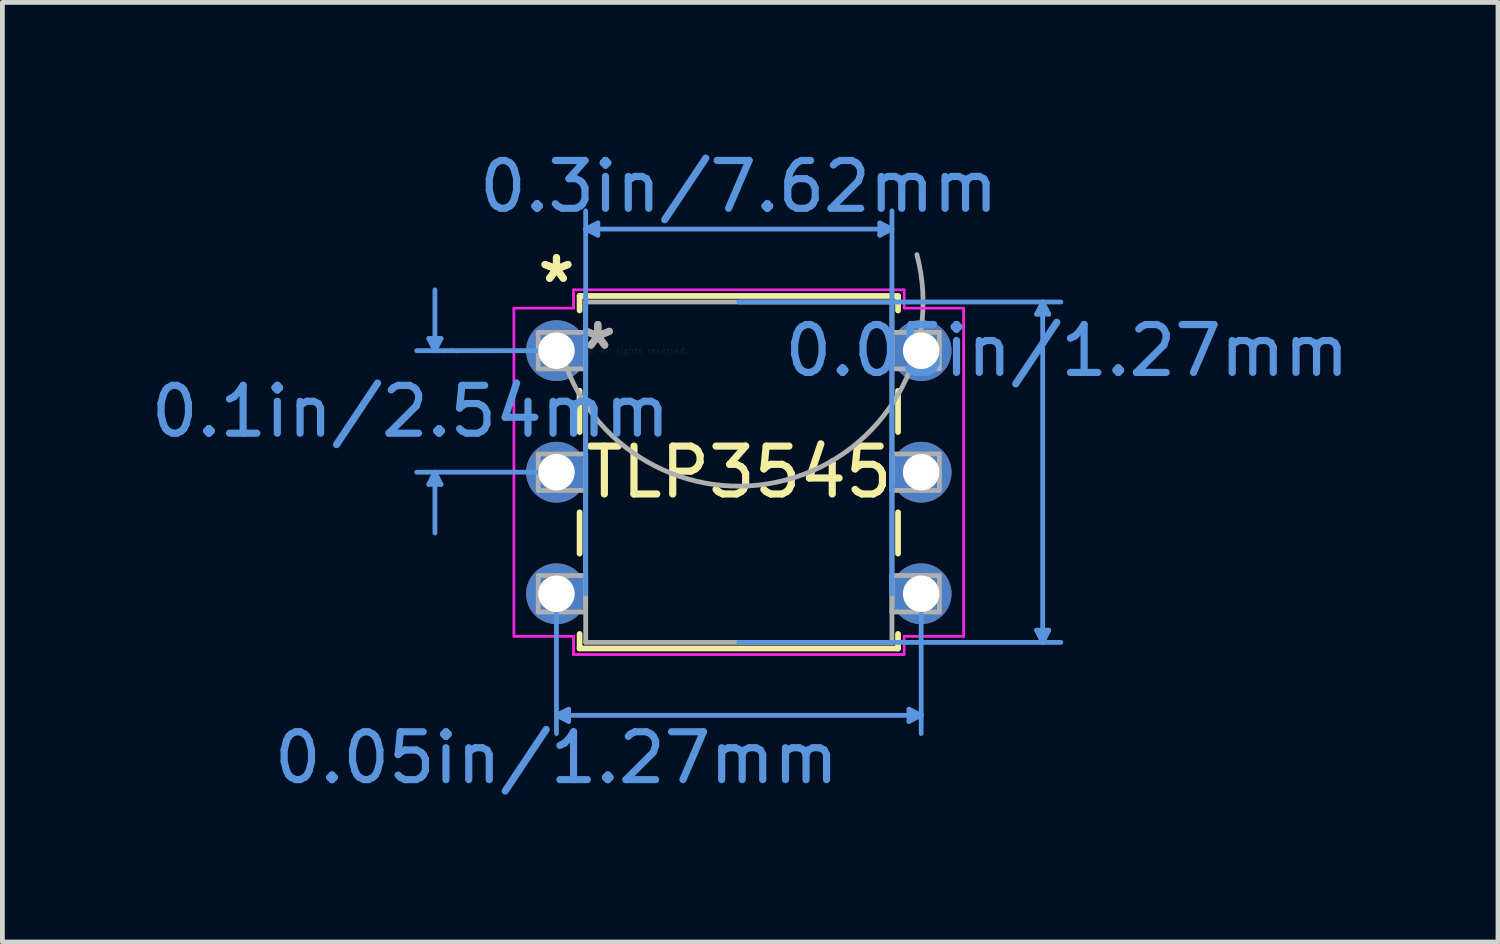
<source format=kicad_pcb>
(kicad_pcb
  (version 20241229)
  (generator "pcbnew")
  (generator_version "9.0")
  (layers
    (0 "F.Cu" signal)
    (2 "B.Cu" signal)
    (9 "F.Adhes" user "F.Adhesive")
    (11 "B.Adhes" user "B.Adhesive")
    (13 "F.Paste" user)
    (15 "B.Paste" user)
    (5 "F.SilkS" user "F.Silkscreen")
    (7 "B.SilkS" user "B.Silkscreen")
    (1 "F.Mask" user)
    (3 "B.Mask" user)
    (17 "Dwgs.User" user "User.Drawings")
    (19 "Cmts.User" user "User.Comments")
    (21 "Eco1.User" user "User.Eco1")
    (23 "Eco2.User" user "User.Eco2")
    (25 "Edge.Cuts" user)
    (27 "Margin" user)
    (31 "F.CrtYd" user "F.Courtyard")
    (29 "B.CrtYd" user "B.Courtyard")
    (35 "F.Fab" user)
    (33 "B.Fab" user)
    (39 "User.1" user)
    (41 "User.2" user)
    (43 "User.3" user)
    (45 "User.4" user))
  (footprint "TLP3545"
    (layer "F.Cu")
    (at 8.578 4.277)
    (property "Reference" "TLP3545" (at 3.81 2.54 0) (layer "F.SilkS") (effects (font (size 1 1) (thickness 0.15))))
    (attr through_hole)
    (fp_line (start 0.483 -1.143) (end 0.483 -0.839) (stroke (width 0.12) (type solid)) (layer "F.SilkS"))
    (fp_line (start 0.483 0.839) (end 0.483 1.701) (stroke (width 0.12) (type solid)) (layer "F.SilkS"))
    (fp_line (start 0.483 3.379) (end 0.483 4.241) (stroke (width 0.12) (type solid)) (layer "F.SilkS"))
    (fp_line (start 0.483 5.919) (end 0.483 6.223) (stroke (width 0.12) (type solid)) (layer "F.SilkS"))
    (fp_line (start 0.483 6.223) (end 7.137 6.223) (stroke (width 0.12) (type solid)) (layer "F.SilkS"))
    (fp_line (start 7.137 -1.143) (end 0.483 -1.143) (stroke (width 0.12) (type solid)) (layer "F.SilkS"))
    (fp_line (start 7.137 -0.839) (end 7.137 -1.143) (stroke (width 0.12) (type solid)) (layer "F.SilkS"))
    (fp_line (start 7.137 1.701) (end 7.137 0.839) (stroke (width 0.12) (type solid)) (layer "F.SilkS"))
    (fp_line (start 7.137 4.241) (end 7.137 3.379) (stroke (width 0.12) (type solid)) (layer "F.SilkS"))
    (fp_line (start 7.137 6.223) (end 7.137 5.919) (stroke (width 0.12) (type solid)) (layer "F.SilkS"))
    (fp_line (start -2.667 -0.254) (end -2.413 -0.254) (stroke (width 0.1) (type solid)) (layer "Cmts.User"))
    (fp_line (start -2.667 2.794) (end -2.413 2.794) (stroke (width 0.1) (type solid)) (layer "Cmts.User"))
    (fp_line (start -2.54 0) (end -2.667 -0.254) (stroke (width 0.1) (type solid)) (layer "Cmts.User"))
    (fp_line (start -2.54 0) (end -2.54 -1.27) (stroke (width 0.1) (type solid)) (layer "Cmts.User"))
    (fp_line (start -2.54 0) (end -2.413 -0.254) (stroke (width 0.1) (type solid)) (layer "Cmts.User"))
    (fp_line (start -2.54 2.54) (end -2.667 2.794) (stroke (width 0.1) (type solid)) (layer "Cmts.User"))
    (fp_line (start -2.54 2.54) (end -2.54 3.81) (stroke (width 0.1) (type solid)) (layer "Cmts.User"))
    (fp_line (start -2.54 2.54) (end -2.413 2.794) (stroke (width 0.1) (type solid)) (layer "Cmts.User"))
    (fp_line (start 0 0) (end -2.921 0) (stroke (width 0.1) (type solid)) (layer "Cmts.User"))
    (fp_line (start 0 2.54) (end -2.921 2.54) (stroke (width 0.1) (type solid)) (layer "Cmts.User"))
    (fp_line (start 0 5.08) (end 0 8.001) (stroke (width 0.1) (type solid)) (layer "Cmts.User"))
    (fp_line (start 0 7.62) (end 0.254 7.493) (stroke (width 0.1) (type solid)) (layer "Cmts.User"))
    (fp_line (start 0 7.62) (end 0.254 7.747) (stroke (width 0.1) (type solid)) (layer "Cmts.User"))
    (fp_line (start 0 7.62) (end 7.62 7.62) (stroke (width 0.1) (type solid)) (layer "Cmts.User"))
    (fp_line (start 0.254 7.493) (end 0.254 7.747) (stroke (width 0.1) (type solid)) (layer "Cmts.User"))
    (fp_line (start 0.61 -2.54) (end 0.864 -2.667) (stroke (width 0.1) (type solid)) (layer "Cmts.User"))
    (fp_line (start 0.61 -2.54) (end 0.864 -2.413) (stroke (width 0.1) (type solid)) (layer "Cmts.User"))
    (fp_line (start 0.61 -2.54) (end 7.01 -2.54) (stroke (width 0.1) (type solid)) (layer "Cmts.User"))
    (fp_line (start 0.61 5.08) (end 0.61 -2.921) (stroke (width 0.1) (type solid)) (layer "Cmts.User"))
    (fp_line (start 0.864 -2.667) (end 0.864 -2.413) (stroke (width 0.1) (type solid)) (layer "Cmts.User"))
    (fp_line (start 3.81 -1.016) (end 10.541 -1.016) (stroke (width 0.1) (type solid)) (layer "Cmts.User"))
    (fp_line (start 3.81 6.096) (end 10.541 6.096) (stroke (width 0.1) (type solid)) (layer "Cmts.User"))
    (fp_line (start 6.756 -2.667) (end 6.756 -2.413) (stroke (width 0.1) (type solid)) (layer "Cmts.User"))
    (fp_line (start 7.01 -2.54) (end 6.756 -2.667) (stroke (width 0.1) (type solid)) (layer "Cmts.User"))
    (fp_line (start 7.01 -2.54) (end 6.756 -2.413) (stroke (width 0.1) (type solid)) (layer "Cmts.User"))
    (fp_line (start 7.01 5.08) (end 7.01 -2.921) (stroke (width 0.1) (type solid)) (layer "Cmts.User"))
    (fp_line (start 7.366 7.493) (end 7.366 7.747) (stroke (width 0.1) (type solid)) (layer "Cmts.User"))
    (fp_line (start 7.62 5.08) (end 7.62 8.001) (stroke (width 0.1) (type solid)) (layer "Cmts.User"))
    (fp_line (start 7.62 7.62) (end 7.366 7.493) (stroke (width 0.1) (type solid)) (layer "Cmts.User"))
    (fp_line (start 7.62 7.62) (end 7.366 7.747) (stroke (width 0.1) (type solid)) (layer "Cmts.User"))
    (fp_line (start 10.033 -0.762) (end 10.287 -0.762) (stroke (width 0.1) (type solid)) (layer "Cmts.User"))
    (fp_line (start 10.033 5.842) (end 10.287 5.842) (stroke (width 0.1) (type solid)) (layer "Cmts.User"))
    (fp_line (start 10.16 -1.016) (end 10.033 -0.762) (stroke (width 0.1) (type solid)) (layer "Cmts.User"))
    (fp_line (start 10.16 -1.016) (end 10.16 6.096) (stroke (width 0.1) (type solid)) (layer "Cmts.User"))
    (fp_line (start 10.16 -1.016) (end 10.287 -0.762) (stroke (width 0.1) (type solid)) (layer "Cmts.User"))
    (fp_line (start 10.16 6.096) (end 10.033 5.842) (stroke (width 0.1) (type solid)) (layer "Cmts.User"))
    (fp_line (start 10.16 6.096) (end 10.287 5.842) (stroke (width 0.1) (type solid)) (layer "Cmts.User"))
    (fp_line (start -0.889 -0.889) (end -0.889 5.969) (stroke (width 0.05) (type solid)) (layer "F.CrtYd"))
    (fp_line (start -0.889 -0.889) (end 0.356 -0.889) (stroke (width 0.05) (type solid)) (layer "F.CrtYd"))
    (fp_line (start -0.889 5.969) (end -0.889 -0.889) (stroke (width 0.05) (type solid)) (layer "F.CrtYd"))
    (fp_line (start -0.889 5.969) (end 0.356 5.969) (stroke (width 0.05) (type solid)) (layer "F.CrtYd"))
    (fp_line (start 0.356 -1.27) (end 0.356 -0.889) (stroke (width 0.05) (type solid)) (layer "F.CrtYd"))
    (fp_line (start 0.356 -1.27) (end 7.264 -1.27) (stroke (width 0.05) (type solid)) (layer "F.CrtYd"))
    (fp_line (start 0.356 -0.889) (end -0.889 -0.889) (stroke (width 0.05) (type solid)) (layer "F.CrtYd"))
    (fp_line (start 0.356 -0.889) (end 0.356 -1.27) (stroke (width 0.05) (type solid)) (layer "F.CrtYd"))
    (fp_line (start 0.356 5.969) (end -0.889 5.969) (stroke (width 0.05) (type solid)) (layer "F.CrtYd"))
    (fp_line (start 0.356 5.969) (end 0.356 6.35) (stroke (width 0.05) (type solid)) (layer "F.CrtYd"))
    (fp_line (start 0.356 6.35) (end 0.356 5.969) (stroke (width 0.05) (type solid)) (layer "F.CrtYd"))
    (fp_line (start 0.356 6.35) (end 7.264 6.35) (stroke (width 0.05) (type solid)) (layer "F.CrtYd"))
    (fp_line (start 7.264 -1.27) (end 0.356 -1.27) (stroke (width 0.05) (type solid)) (layer "F.CrtYd"))
    (fp_line (start 7.264 -1.27) (end 7.264 -0.889) (stroke (width 0.05) (type solid)) (layer "F.CrtYd"))
    (fp_line (start 7.264 -0.889) (end 7.264 -1.27) (stroke (width 0.05) (type solid)) (layer "F.CrtYd"))
    (fp_line (start 7.264 5.969) (end 7.264 6.35) (stroke (width 0.05) (type solid)) (layer "F.CrtYd"))
    (fp_line (start 7.264 5.969) (end 8.509 5.969) (stroke (width 0.05) (type solid)) (layer "F.CrtYd"))
    (fp_line (start 7.264 6.35) (end 0.356 6.35) (stroke (width 0.05) (type solid)) (layer "F.CrtYd"))
    (fp_line (start 7.264 6.35) (end 7.264 5.969) (stroke (width 0.05) (type solid)) (layer "F.CrtYd"))
    (fp_line (start 8.509 -0.889) (end 7.264 -0.889) (stroke (width 0.05) (type solid)) (layer "F.CrtYd"))
    (fp_line (start 8.509 -0.889) (end 7.264 -0.889) (stroke (width 0.05) (type solid)) (layer "F.CrtYd"))
    (fp_line (start 8.509 -0.889) (end 8.509 5.969) (stroke (width 0.05) (type solid)) (layer "F.CrtYd"))
    (fp_line (start 8.509 5.969) (end 7.264 5.969) (stroke (width 0.05) (type solid)) (layer "F.CrtYd"))
    (fp_line (start 8.509 5.969) (end 8.509 -0.889) (stroke (width 0.05) (type solid)) (layer "F.CrtYd"))
    (fp_line (start -0.381 -0.381) (end -0.381 0.381) (stroke (width 0.1) (type solid)) (layer "F.Fab"))
    (fp_line (start -0.381 0.381) (end 0.61 0.381) (stroke (width 0.1) (type solid)) (layer "F.Fab"))
    (fp_line (start -0.381 2.159) (end -0.381 2.921) (stroke (width 0.1) (type solid)) (layer "F.Fab"))
    (fp_line (start -0.381 2.921) (end 0.61 2.921) (stroke (width 0.1) (type solid)) (layer "F.Fab"))
    (fp_line (start -0.381 4.699) (end -0.381 5.461) (stroke (width 0.1) (type solid)) (layer "F.Fab"))
    (fp_line (start -0.381 5.461) (end 0.61 5.461) (stroke (width 0.1) (type solid)) (layer "F.Fab"))
    (fp_line (start 0.61 -1.016) (end 0.61 6.096) (stroke (width 0.1) (type solid)) (layer "F.Fab"))
    (fp_line (start 0.61 -0.381) (end -0.381 -0.381) (stroke (width 0.1) (type solid)) (layer "F.Fab"))
    (fp_line (start 0.61 0.381) (end 0.61 -0.381) (stroke (width 0.1) (type solid)) (layer "F.Fab"))
    (fp_line (start 0.61 2.159) (end -0.381 2.159) (stroke (width 0.1) (type solid)) (layer "F.Fab"))
    (fp_line (start 0.61 2.921) (end 0.61 2.159) (stroke (width 0.1) (type solid)) (layer "F.Fab"))
    (fp_line (start 0.61 4.699) (end -0.381 4.699) (stroke (width 0.1) (type solid)) (layer "F.Fab"))
    (fp_line (start 0.61 5.461) (end 0.61 4.699) (stroke (width 0.1) (type solid)) (layer "F.Fab"))
    (fp_line (start 0.61 6.096) (end 7.01 6.096) (stroke (width 0.1) (type solid)) (layer "F.Fab"))
    (fp_line (start 7.01 -1.016) (end 0.61 -1.016) (stroke (width 0.1) (type solid)) (layer "F.Fab"))
    (fp_line (start 7.01 -0.381) (end 7.01 0.381) (stroke (width 0.1) (type solid)) (layer "F.Fab"))
    (fp_line (start 7.01 0.381) (end 8.001 0.381) (stroke (width 0.1) (type solid)) (layer "F.Fab"))
    (fp_line (start 7.01 2.159) (end 7.01 2.921) (stroke (width 0.1) (type solid)) (layer "F.Fab"))
    (fp_line (start 7.01 2.921) (end 8.001 2.921) (stroke (width 0.1) (type solid)) (layer "F.Fab"))
    (fp_line (start 7.01 4.699) (end 7.01 5.461) (stroke (width 0.1) (type solid)) (layer "F.Fab"))
    (fp_line (start 7.01 5.461) (end 8.001 5.461) (stroke (width 0.1) (type solid)) (layer "F.Fab"))
    (fp_line (start 7.01 6.096) (end 7.01 -1.016) (stroke (width 0.1) (type solid)) (layer "F.Fab"))
    (fp_line (start 8.001 -0.381) (end 7.01 -0.381) (stroke (width 0.1) (type solid)) (layer "F.Fab"))
    (fp_line (start 8.001 0.381) (end 8.001 -0.381) (stroke (width 0.1) (type solid)) (layer "F.Fab"))
    (fp_line (start 8.001 2.159) (end 7.01 2.159) (stroke (width 0.1) (type solid)) (layer "F.Fab"))
    (fp_line (start 8.001 2.921) (end 8.001 2.159) (stroke (width 0.1) (type solid)) (layer "F.Fab"))
    (fp_line (start 8.001 4.699) (end 7.01 4.699) (stroke (width 0.1) (type solid)) (layer "F.Fab"))
    (fp_line (start 8.001 5.461) (end 8.001 4.699) (stroke (width 0.1) (type solid)) (layer "F.Fab"))
    (fp_arc (start 7.530968 -2.006194) (mid 4.800194 2.704968) (end 0.089032 -0.025806) (stroke (width 0.1) (type solid)) (layer "F.Fab"))
    (fp_text user "*" (at 0 -1.397 0) (layer "F.SilkS") (effects (font (size 1 1) (thickness 0.15))))
    (fp_text user "*" (at 0 -1.397 0) (layer "F.SilkS") (effects (font (size 1 1) (thickness 0.15))))
    (fp_text user "0.1in/2.54mm" (at -3.048 1.27 0) (layer "Cmts.User") (effects (font (size 1 1) (thickness 0.15))))
    (fp_text user "0.3in/7.62mm" (at 3.81 -3.429 0) (layer "Cmts.User") (effects (font (size 1 1) (thickness 0.15))))
    (fp_text user "0.05in/1.27mm" (at 10.668 0 0) (layer "Cmts.User") (effects (font (size 1 1) (thickness 0.15))))
    (fp_text user "0.05in/1.27mm" (at 0 8.509 0) (layer "Cmts.User") (effects (font (size 1 1) (thickness 0.15))))
    (fp_text user "Copyright 2021 Accelerated Designs. All rights reserved." (at 0 0 0) (layer "Cmts.User") (effects (font (size 0.127 0.127) (thickness 0.002))))
    (fp_text user "*" (at 0.864 0 0) (layer "F.Fab") (effects (font (size 1 1) (thickness 0.15))))
    (fp_text user "*" (at 0.864 0 0) (layer "F.Fab") (effects (font (size 1 1) (thickness 0.15))))
    (pad "1" thru_hole circle (at 0 0) (size 1.27 1.27) (drill 0.762) (layers "*.Cu" "*.Mask"))
    (pad "2" thru_hole circle (at 0 2.54) (size 1.27 1.27) (drill 0.762) (layers "*.Cu" "*.Mask"))
    (pad "3" thru_hole circle (at 0 5.08) (size 1.27 1.27) (drill 0.762) (layers "*.Cu" "*.Mask"))
    (pad "4" thru_hole circle (at 7.62 5.08) (size 1.27 1.27) (drill 0.762) (layers "*.Cu" "*.Mask"))
    (pad "5" thru_hole circle (at 7.62 2.54) (size 1.27 1.27) (drill 0.762) (layers "*.Cu" "*.Mask"))
    (pad "6" thru_hole circle (at 7.62 0) (size 1.27 1.27) (drill 0.762) (layers "*.Cu" "*.Mask")))
  (gr_rect
    (start -3 -3)
    (end 28.252 16.634)
    (stroke (width 0.1) (type default))
    (fill no)
    (layer "Edge.Cuts")))
</source>
